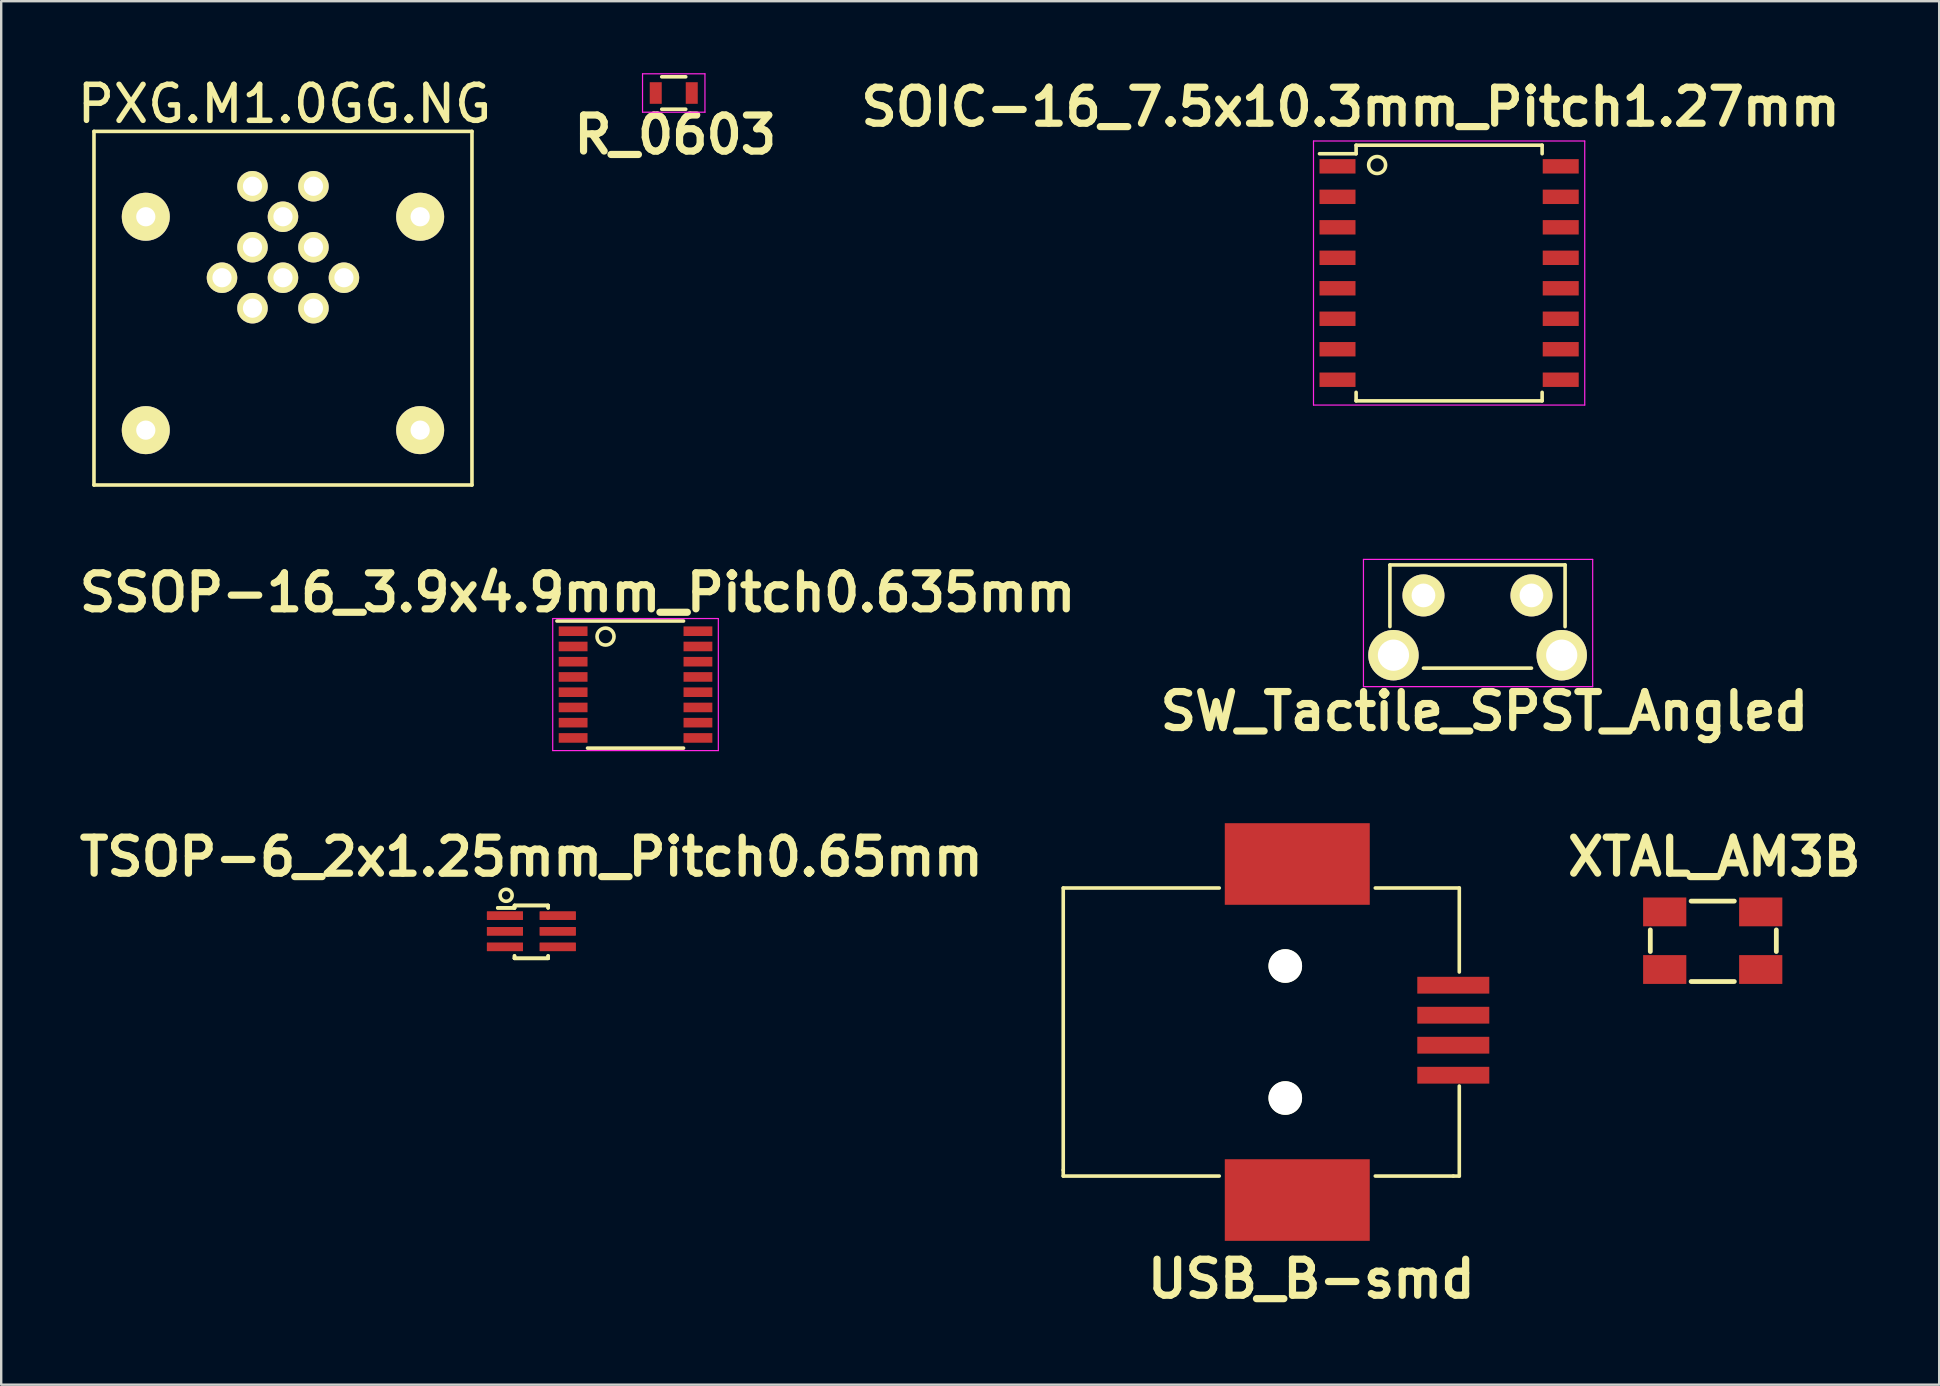
<source format=kicad_pcb>
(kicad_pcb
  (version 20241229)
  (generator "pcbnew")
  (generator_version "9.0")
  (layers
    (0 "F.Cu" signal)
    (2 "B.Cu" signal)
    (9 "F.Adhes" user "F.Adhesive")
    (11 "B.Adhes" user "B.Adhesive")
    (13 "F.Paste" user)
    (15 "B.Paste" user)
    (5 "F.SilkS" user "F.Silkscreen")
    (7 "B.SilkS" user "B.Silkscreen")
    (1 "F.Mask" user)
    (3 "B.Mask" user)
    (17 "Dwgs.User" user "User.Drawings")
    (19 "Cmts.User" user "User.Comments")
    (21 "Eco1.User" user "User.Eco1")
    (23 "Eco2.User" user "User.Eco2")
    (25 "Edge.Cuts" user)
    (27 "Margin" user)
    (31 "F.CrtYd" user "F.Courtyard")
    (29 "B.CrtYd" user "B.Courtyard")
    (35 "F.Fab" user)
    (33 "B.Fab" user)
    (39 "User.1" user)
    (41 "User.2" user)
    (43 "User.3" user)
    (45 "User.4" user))
  (footprint "TSOP-6_2x1.25mm_Pitch0.65mm"
    (layer "F.Cu")
    (at 19.086 35.749)
    (property "Reference" "TSOP-6_2x1.25mm_Pitch0.65mm" (at 0 -3.1 0) (layer "F.SilkS") (effects (font (size 1.5 1.5) (thickness 0.3))))
    (attr smd)
    (fp_line (start -0.7 -1.075) (end -0.7 -0.975) (stroke (width 0.15) (type solid)) (layer "F.SilkS"))
    (fp_line (start -0.7 -1.075) (end -0.7 -0.975) (stroke (width 0.15) (type solid)) (layer "F.SilkS"))
    (fp_line (start -0.7 -1.075) (end 0.7 -1.075) (stroke (width 0.15) (type solid)) (layer "F.SilkS"))
    (fp_line (start -0.7 -1.075) (end 0.7 -1.075) (stroke (width 0.15) (type solid)) (layer "F.SilkS"))
    (fp_line (start -0.7 -0.975) (end -1.4 -0.975) (stroke (width 0.15) (type solid)) (layer "F.SilkS"))
    (fp_line (start -0.7 -0.975) (end -1.4 -0.975) (stroke (width 0.15) (type solid)) (layer "F.SilkS"))
    (fp_line (start -0.7 1.125) (end -0.7 1.025) (stroke (width 0.15) (type solid)) (layer "F.SilkS"))
    (fp_line (start -0.7 1.125) (end -0.7 1.025) (stroke (width 0.15) (type solid)) (layer "F.SilkS"))
    (fp_line (start -0.7 1.125) (end 0.7 1.125) (stroke (width 0.15) (type solid)) (layer "F.SilkS"))
    (fp_line (start -0.7 1.125) (end 0.7 1.125) (stroke (width 0.15) (type solid)) (layer "F.SilkS"))
    (fp_line (start 0.7 -1.075) (end 0.7 -0.975) (stroke (width 0.15) (type solid)) (layer "F.SilkS"))
    (fp_line (start 0.7 -1.075) (end 0.7 -0.975) (stroke (width 0.15) (type solid)) (layer "F.SilkS"))
    (fp_line (start 0.7 1.125) (end 0.7 1.025) (stroke (width 0.15) (type solid)) (layer "F.SilkS"))
    (fp_line (start 0.7 1.125) (end 0.7 1.025) (stroke (width 0.15) (type solid)) (layer "F.SilkS"))
    (fp_circle (center -1.05 -1.5) (end -1.05 -1.25) (stroke (width 0.15) (type solid)) (fill no) (layer "F.SilkS"))
    (pad "1" smd rect (at -1.1 -0.65) (size 1.5 0.35) (layers "F.Cu" "F.Mask" "F.Paste"))
    (pad "1" smd rect (at -1.1 -0.65) (size 1.5 0.35) (layers "F.Cu" "F.Mask" "F.Paste"))
    (pad "2" smd rect (at -1.1 0) (size 1.5 0.35) (layers "F.Cu" "F.Mask" "F.Paste"))
    (pad "2" smd rect (at -1.1 0) (size 1.5 0.35) (layers "F.Cu" "F.Mask" "F.Paste"))
    (pad "3" smd rect (at -1.1 0.65) (size 1.5 0.35) (layers "F.Cu" "F.Mask" "F.Paste"))
    (pad "3" smd rect (at -1.1 0.65) (size 1.5 0.35) (layers "F.Cu" "F.Mask" "F.Paste"))
    (pad "4" smd rect (at 1.1 0.65) (size 1.5 0.35) (layers "F.Cu" "F.Mask" "F.Paste"))
    (pad "4" smd rect (at 1.1 0.65) (size 1.5 0.35) (layers "F.Cu" "F.Mask" "F.Paste"))
    (pad "5" smd rect (at 1.1 0) (size 1.5 0.35) (layers "F.Cu" "F.Mask" "F.Paste"))
    (pad "5" smd rect (at 1.1 0) (size 1.5 0.35) (layers "F.Cu" "F.Mask" "F.Paste"))
    (pad "6" smd rect (at 1.1 -0.65) (size 1.5 0.35) (layers "F.Cu" "F.Mask" "F.Paste"))
    (pad "6" smd rect (at 1.1 -0.65) (size 1.5 0.35) (layers "F.Cu" "F.Mask" "F.Paste")))
  (footprint "USB_B-smd"
    (layer "F.Cu")
    (at 52.496 39.945)
    (property "Reference" "USB_B-smd" (at -0.914 10.287 0) (layer "F.SilkS") (effects (font (size 1.5 1.5) (thickness 0.3))))
    (attr smd)
    (fp_line (start -11.25 -6) (end -11.25 5.75) (stroke (width 0.15) (type solid)) (layer "F.SilkS"))
    (fp_line (start -11.25 5.75) (end -11.25 6) (stroke (width 0.15) (type solid)) (layer "F.SilkS"))
    (fp_line (start -11.25 6) (end -4.75 6) (stroke (width 0.15) (type solid)) (layer "F.SilkS"))
    (fp_line (start -4.75 -6) (end -11.25 -6) (stroke (width 0.15) (type solid)) (layer "F.SilkS"))
    (fp_line (start 1.75 6) (end 5 6) (stroke (width 0.15) (type solid)) (layer "F.SilkS"))
    (fp_line (start 5 6) (end 5.25 6) (stroke (width 0.15) (type solid)) (layer "F.SilkS"))
    (fp_line (start 5.25 -6) (end 1.75 -6) (stroke (width 0.15) (type solid)) (layer "F.SilkS"))
    (fp_line (start 5.25 -2.5) (end 5.25 -6) (stroke (width 0.15) (type solid)) (layer "F.SilkS"))
    (fp_line (start 5.25 6) (end 5.25 2.25) (stroke (width 0.15) (type solid)) (layer "F.SilkS"))
    (pad "" np_thru_hole circle (at -2 -2.75) (size 1.4 1.4) (drill 1.4) (layers "*.Cu" "*.Mask" "F.SilkS"))
    (pad "" np_thru_hole circle (at -2 2.75) (size 1.4 1.4) (drill 1.4) (layers "*.Cu" "*.Mask" "F.SilkS"))
    (pad "1" smd rect (at 5 1.8) (size 3 0.7) (layers "F.Cu" "F.Mask" "F.Paste"))
    (pad "2" smd rect (at 5 -0.7) (size 3 0.7) (layers "F.Cu" "F.Mask" "F.Paste"))
    (pad "3" smd rect (at 5 -1.95) (size 3 0.7) (layers "F.Cu" "F.Mask" "F.Paste"))
    (pad "4" smd rect (at 5 0.55) (size 3 0.7) (layers "F.Cu" "F.Mask" "F.Paste"))
    (pad "5" smd rect (at -1.5 -7) (size 6.04 3.4) (layers "F.Cu" "F.Mask" "F.Paste"))
    (pad "5" smd rect (at -1.5 7) (size 6.04 3.4) (layers "F.Cu" "F.Mask" "F.Paste")))
  (footprint "SOIC-16_7.5x10.3mm_Pitch1.27mm"
    (layer "F.Cu")
    (at 57.322 8.325)
    (property "Reference" "SOIC-16_7.5x10.3mm_Pitch1.27mm" (at -4.103 -6.921 0) (layer "F.SilkS") (effects (font (size 1.5 1.5) (thickness 0.3))))
    (attr smd)
    (fp_line (start -3.875 -5.325) (end -3.875 -4.97) (stroke (width 0.15) (type solid)) (layer "F.SilkS"))
    (fp_line (start -3.875 -5.325) (end 3.875 -5.325) (stroke (width 0.15) (type solid)) (layer "F.SilkS"))
    (fp_line (start -3.875 -4.97) (end -5.4 -4.97) (stroke (width 0.15) (type solid)) (layer "F.SilkS"))
    (fp_line (start -3.875 5.325) (end -3.875 4.97) (stroke (width 0.15) (type solid)) (layer "F.SilkS"))
    (fp_line (start -3.875 5.325) (end 3.875 5.325) (stroke (width 0.15) (type solid)) (layer "F.SilkS"))
    (fp_line (start 3.875 -5.325) (end 3.875 -4.97) (stroke (width 0.15) (type solid)) (layer "F.SilkS"))
    (fp_line (start 3.875 5.325) (end 3.875 4.97) (stroke (width 0.15) (type solid)) (layer "F.SilkS"))
    (fp_circle (center -3 -4.5) (end -2.75 -4.25) (stroke (width 0.15) (type solid)) (fill no) (layer "F.SilkS"))
    (fp_line (start -5.65 -5.5) (end -5.65 5.5) (stroke (width 0.05) (type solid)) (layer "F.CrtYd"))
    (fp_line (start -5.65 -5.5) (end 5.65 -5.5) (stroke (width 0.05) (type solid)) (layer "F.CrtYd"))
    (fp_line (start -5.65 5.5) (end 5.65 5.5) (stroke (width 0.05) (type solid)) (layer "F.CrtYd"))
    (fp_line (start 5.65 -5.5) (end 5.65 5.5) (stroke (width 0.05) (type solid)) (layer "F.CrtYd"))
    (pad "1" smd rect (at -4.65 -4.445) (size 1.5 0.6) (layers "F.Cu" "F.Mask" "F.Paste"))
    (pad "2" smd rect (at -4.65 -3.175) (size 1.5 0.6) (layers "F.Cu" "F.Mask" "F.Paste"))
    (pad "3" smd rect (at -4.65 -1.905) (size 1.5 0.6) (layers "F.Cu" "F.Mask" "F.Paste"))
    (pad "4" smd rect (at -4.65 -0.635) (size 1.5 0.6) (layers "F.Cu" "F.Mask" "F.Paste"))
    (pad "5" smd rect (at -4.65 0.635) (size 1.5 0.6) (layers "F.Cu" "F.Mask" "F.Paste"))
    (pad "6" smd rect (at -4.65 1.905) (size 1.5 0.6) (layers "F.Cu" "F.Mask" "F.Paste"))
    (pad "7" smd rect (at -4.65 3.175) (size 1.5 0.6) (layers "F.Cu" "F.Mask" "F.Paste"))
    (pad "8" smd rect (at -4.65 4.445) (size 1.5 0.6) (layers "F.Cu" "F.Mask" "F.Paste"))
    (pad "9" smd rect (at 4.65 4.445) (size 1.5 0.6) (layers "F.Cu" "F.Mask" "F.Paste"))
    (pad "10" smd rect (at 4.65 3.175) (size 1.5 0.6) (layers "F.Cu" "F.Mask" "F.Paste"))
    (pad "11" smd rect (at 4.65 1.905) (size 1.5 0.6) (layers "F.Cu" "F.Mask" "F.Paste"))
    (pad "12" smd rect (at 4.65 0.635) (size 1.5 0.6) (layers "F.Cu" "F.Mask" "F.Paste"))
    (pad "13" smd rect (at 4.65 -0.635) (size 1.5 0.6) (layers "F.Cu" "F.Mask" "F.Paste"))
    (pad "14" smd rect (at 4.65 -1.905) (size 1.5 0.6) (layers "F.Cu" "F.Mask" "F.Paste"))
    (pad "15" smd rect (at 4.65 -3.175) (size 1.5 0.6) (layers "F.Cu" "F.Mask" "F.Paste"))
    (pad "16" smd rect (at 4.65 -4.445) (size 1.5 0.6) (layers "F.Cu" "F.Mask" "F.Paste")))
  (footprint "XTAL_AM3B"
    (layer "F.Cu")
    (at 68.304 36.141)
    (property "Reference" "XTAL_AM3B" (at 0.064 -3.493 0) (layer "F.SilkS") (effects (font (size 1.5 1.5) (thickness 0.3))))
    (attr through_hole)
    (fp_line (start -2.6 0.45) (end -2.6 -0.45) (stroke (width 0.2) (type solid)) (layer "F.SilkS"))
    (fp_line (start -0.9 -1.65) (end 0.9 -1.65) (stroke (width 0.2) (type solid)) (layer "F.SilkS"))
    (fp_line (start -0.9 1.7) (end 0.9 1.7) (stroke (width 0.2) (type solid)) (layer "F.SilkS"))
    (fp_line (start 2.65 0.45) (end 2.65 -0.45) (stroke (width 0.2) (type solid)) (layer "F.SilkS"))
    (pad "1" smd rect (at 2 -1.2) (size 1.8 1.2) (layers "F.Cu" "F.Mask" "F.Paste"))
    (pad "2" smd rect (at -2 -1.2) (size 1.8 1.2) (layers "F.Cu" "F.Mask" "F.Paste"))
    (pad "3" smd rect (at -2 1.2) (size 1.8 1.2) (layers "F.Cu" "F.Mask" "F.Paste"))
    (pad "4" smd rect (at 2 1.2) (size 1.8 1.2) (layers "F.Cu" "F.Mask" "F.Paste")))
  (footprint "SW_Tactile_SPST_Angled"
    (layer "F.Cu")
    (at 56.253 21.756)
    (property "Reference" "SW_Tactile_SPST_Angled" (at 2.54 4.826 0) (layer "F.SilkS") (effects (font (size 1.5 1.5) (thickness 0.3))))
    (attr through_hole)
    (fp_line (start -1.397 -1.27) (end -1.397 1.3) (stroke (width 0.15) (type solid)) (layer "F.SilkS"))
    (fp_line (start -1.397 -1.27) (end 5.9 -1.27) (stroke (width 0.15) (type solid)) (layer "F.SilkS"))
    (fp_line (start 0 3.03) (end 4.5 3.03) (stroke (width 0.15) (type solid)) (layer "F.SilkS"))
    (fp_line (start 5.9 -1.27) (end 5.9 1.3) (stroke (width 0.15) (type solid)) (layer "F.SilkS"))
    (fp_line (start -2.5 -1.5) (end 7.05 -1.5) (stroke (width 0.05) (type solid)) (layer "F.CrtYd"))
    (fp_line (start -2.5 3.8) (end -2.5 -1.5) (stroke (width 0.05) (type solid)) (layer "F.CrtYd"))
    (fp_line (start 7.05 -1.5) (end 7.05 3.8) (stroke (width 0.05) (type solid)) (layer "F.CrtYd"))
    (fp_line (start 7.05 3.8) (end -2.5 3.8) (stroke (width 0.05) (type solid)) (layer "F.CrtYd"))
    (pad "" thru_hole circle (at -1.25 2.49) (size 2.1 2.1) (drill 1.3) (layers "*.Cu" "*.Mask" "F.SilkS"))
    (pad "" thru_hole circle (at 5.76 2.49) (size 2.1 2.1) (drill 1.3) (layers "*.Cu" "*.Mask" "F.SilkS"))
    (pad "1" thru_hole circle (at 0 0) (size 1.75 1.75) (drill 0.99) (layers "*.Cu" "*.Mask" "F.SilkS"))
    (pad "2" thru_hole circle (at 4.5 0) (size 1.75 1.75) (drill 0.99) (layers "*.Cu" "*.Mask" "F.SilkS")))
  (footprint "R_0603"
    (layer "F.Cu")
    (at 25.019 0.825)
    (property "Reference" "R_0603" (at 0.064 1.739 0) (layer "F.SilkS") (effects (font (size 1.5 1.5) (thickness 0.3))))
    (attr smd)
    (fp_line (start -0.5 -0.675) (end 0.5 -0.675) (stroke (width 0.15) (type solid)) (layer "F.SilkS"))
    (fp_line (start 0.5 0.675) (end -0.5 0.675) (stroke (width 0.15) (type solid)) (layer "F.SilkS"))
    (fp_line (start -1.3 -0.8) (end -1.3 0.8) (stroke (width 0.05) (type solid)) (layer "F.CrtYd"))
    (fp_line (start -1.3 -0.8) (end 1.3 -0.8) (stroke (width 0.05) (type solid)) (layer "F.CrtYd"))
    (fp_line (start -1.3 0.8) (end 1.3 0.8) (stroke (width 0.05) (type solid)) (layer "F.CrtYd"))
    (fp_line (start 1.3 -0.8) (end 1.3 0.8) (stroke (width 0.05) (type solid)) (layer "F.CrtYd"))
    (pad "1" smd rect (at -0.75 0) (size 0.5 0.9) (layers "F.Cu" "F.Mask" "F.Paste"))
    (pad "2" smd rect (at 0.75 0) (size 0.5 0.9) (layers "F.Cu" "F.Mask" "F.Paste")))
  (footprint "SSOP-16_3.9x4.9mm_Pitch0.635mm"
    (layer "F.Cu")
    (at 23.427 25.47)
    (property "Reference" "SSOP-16_3.9x4.9mm_Pitch0.635mm" (at -2.413 -3.834 0) (layer "F.SilkS") (effects (font (size 1.5 1.5) (thickness 0.3))))
    (attr smd)
    (fp_line (start -3.275 -2.647) (end 2 -2.647) (stroke (width 0.15) (type solid)) (layer "F.SilkS"))
    (fp_line (start -2 2.647) (end 2 2.647) (stroke (width 0.15) (type solid)) (layer "F.SilkS"))
    (fp_circle (center -1.25 -2) (end -1 -1.75) (stroke (width 0.15) (type solid)) (fill no) (layer "F.SilkS"))
    (fp_line (start -3.45 -2.75) (end -3.45 2.75) (stroke (width 0.05) (type solid)) (layer "F.CrtYd"))
    (fp_line (start -3.45 -2.75) (end 3.45 -2.75) (stroke (width 0.05) (type solid)) (layer "F.CrtYd"))
    (fp_line (start -3.45 2.75) (end 3.45 2.75) (stroke (width 0.05) (type solid)) (layer "F.CrtYd"))
    (fp_line (start 3.45 -2.75) (end 3.45 2.75) (stroke (width 0.05) (type solid)) (layer "F.CrtYd"))
    (pad "1" smd rect (at -2.6 -2.223) (size 1.2 0.4) (layers "F.Cu" "F.Mask" "F.Paste"))
    (pad "2" smd rect (at -2.6 -1.587) (size 1.2 0.4) (layers "F.Cu" "F.Mask" "F.Paste"))
    (pad "3" smd rect (at -2.6 -0.953) (size 1.2 0.4) (layers "F.Cu" "F.Mask" "F.Paste"))
    (pad "4" smd rect (at -2.6 -0.318) (size 1.2 0.4) (layers "F.Cu" "F.Mask" "F.Paste"))
    (pad "5" smd rect (at -2.6 0.318) (size 1.2 0.4) (layers "F.Cu" "F.Mask" "F.Paste"))
    (pad "6" smd rect (at -2.6 0.953) (size 1.2 0.4) (layers "F.Cu" "F.Mask" "F.Paste"))
    (pad "7" smd rect (at -2.6 1.587) (size 1.2 0.4) (layers "F.Cu" "F.Mask" "F.Paste"))
    (pad "8" smd rect (at -2.6 2.223) (size 1.2 0.4) (layers "F.Cu" "F.Mask" "F.Paste"))
    (pad "9" smd rect (at 2.6 2.223) (size 1.2 0.4) (layers "F.Cu" "F.Mask" "F.Paste"))
    (pad "10" smd rect (at 2.6 1.587) (size 1.2 0.4) (layers "F.Cu" "F.Mask" "F.Paste"))
    (pad "11" smd rect (at 2.6 0.953) (size 1.2 0.4) (layers "F.Cu" "F.Mask" "F.Paste"))
    (pad "12" smd rect (at 2.6 0.318) (size 1.2 0.4) (layers "F.Cu" "F.Mask" "F.Paste"))
    (pad "13" smd rect (at 2.6 -0.318) (size 1.2 0.4) (layers "F.Cu" "F.Mask" "F.Paste"))
    (pad "14" smd rect (at 2.6 -0.953) (size 1.2 0.4) (layers "F.Cu" "F.Mask" "F.Paste"))
    (pad "15" smd rect (at 2.6 -1.587) (size 1.2 0.4) (layers "F.Cu" "F.Mask" "F.Paste"))
    (pad "16" smd rect (at 2.6 -2.223) (size 1.2 0.4) (layers "F.Cu" "F.Mask" "F.Paste")))
  (footprint "PXG.M1.0GG.NG"
    (layer "F.Cu")
    (at 8.739 10.425)
    (property "Reference" "PXG.M1.0GG.NG" (at 0.064 -9.144 0) (layer "F.SilkS") (effects (font (size 1.5 1.5) (thickness 0.23))))
    (attr through_hole)
    (fp_line (start -7.874 -8.001) (end 7.874 -8.001) (stroke (width 0.15) (type solid)) (layer "F.SilkS"))
    (fp_line (start -7.874 6.731) (end -7.874 -8.001) (stroke (width 0.15) (type solid)) (layer "F.SilkS"))
    (fp_line (start 7.874 -8.001) (end 7.874 6.731) (stroke (width 0.15) (type solid)) (layer "F.SilkS"))
    (fp_line (start 7.874 6.731) (end -7.874 6.731) (stroke (width 0.15) (type solid)) (layer "F.SilkS"))
    (pad "1" thru_hole circle (at -1.27 -5.715) (size 1.27 1.27) (drill 0.8) (layers "*.Cu" "*.Mask" "F.SilkS"))
    (pad "2" thru_hole circle (at -1.27 -3.175) (size 1.27 1.27) (drill 0.8) (layers "*.Cu" "*.Mask" "F.SilkS"))
    (pad "3" thru_hole circle (at -2.54 -1.905) (size 1.27 1.27) (drill 0.8) (layers "*.Cu" "*.Mask" "F.SilkS"))
    (pad "4" thru_hole circle (at -1.27 -0.635) (size 1.27 1.27) (drill 0.8) (layers "*.Cu" "*.Mask" "F.SilkS"))
    (pad "5" thru_hole circle (at 1.27 -0.635) (size 1.27 1.27) (drill 0.8) (layers "*.Cu" "*.Mask" "F.SilkS"))
    (pad "6" thru_hole circle (at 2.54 -1.905) (size 1.27 1.27) (drill 0.8) (layers "*.Cu" "*.Mask" "F.SilkS"))
    (pad "7" thru_hole circle (at 1.27 -3.175) (size 1.27 1.27) (drill 0.8) (layers "*.Cu" "*.Mask" "F.SilkS"))
    (pad "8" thru_hole circle (at 1.27 -5.715) (size 1.27 1.27) (drill 0.8) (layers "*.Cu" "*.Mask" "F.SilkS"))
    (pad "9" thru_hole circle (at 0 -4.445) (size 1.27 1.27) (drill 0.8) (layers "*.Cu" "*.Mask" "F.SilkS"))
    (pad "10" thru_hole circle (at 0 -1.905) (size 1.27 1.27) (drill 0.8) (layers "*.Cu" "*.Mask" "F.SilkS"))
    (pad "11" thru_hole circle (at -5.715 -4.445) (size 2 2) (drill 0.8) (layers "*.Cu" "*.Mask" "F.SilkS"))
    (pad "11" thru_hole circle (at -5.715 4.445) (size 2 2) (drill 0.8) (layers "*.Cu" "*.Mask" "F.SilkS"))
    (pad "11" thru_hole circle (at 5.715 -4.445) (size 2 2) (drill 0.8) (layers "*.Cu" "*.Mask" "F.SilkS"))
    (pad "11" thru_hole circle (at 5.715 4.445) (size 2 2) (drill 0.8) (layers "*.Cu" "*.Mask" "F.SilkS")))
  (gr_rect
    (start -3 -3)
    (end 77.739 54.636)
    (stroke (width 0.1) (type default))
    (fill no)
    (layer "Edge.Cuts")))
</source>
